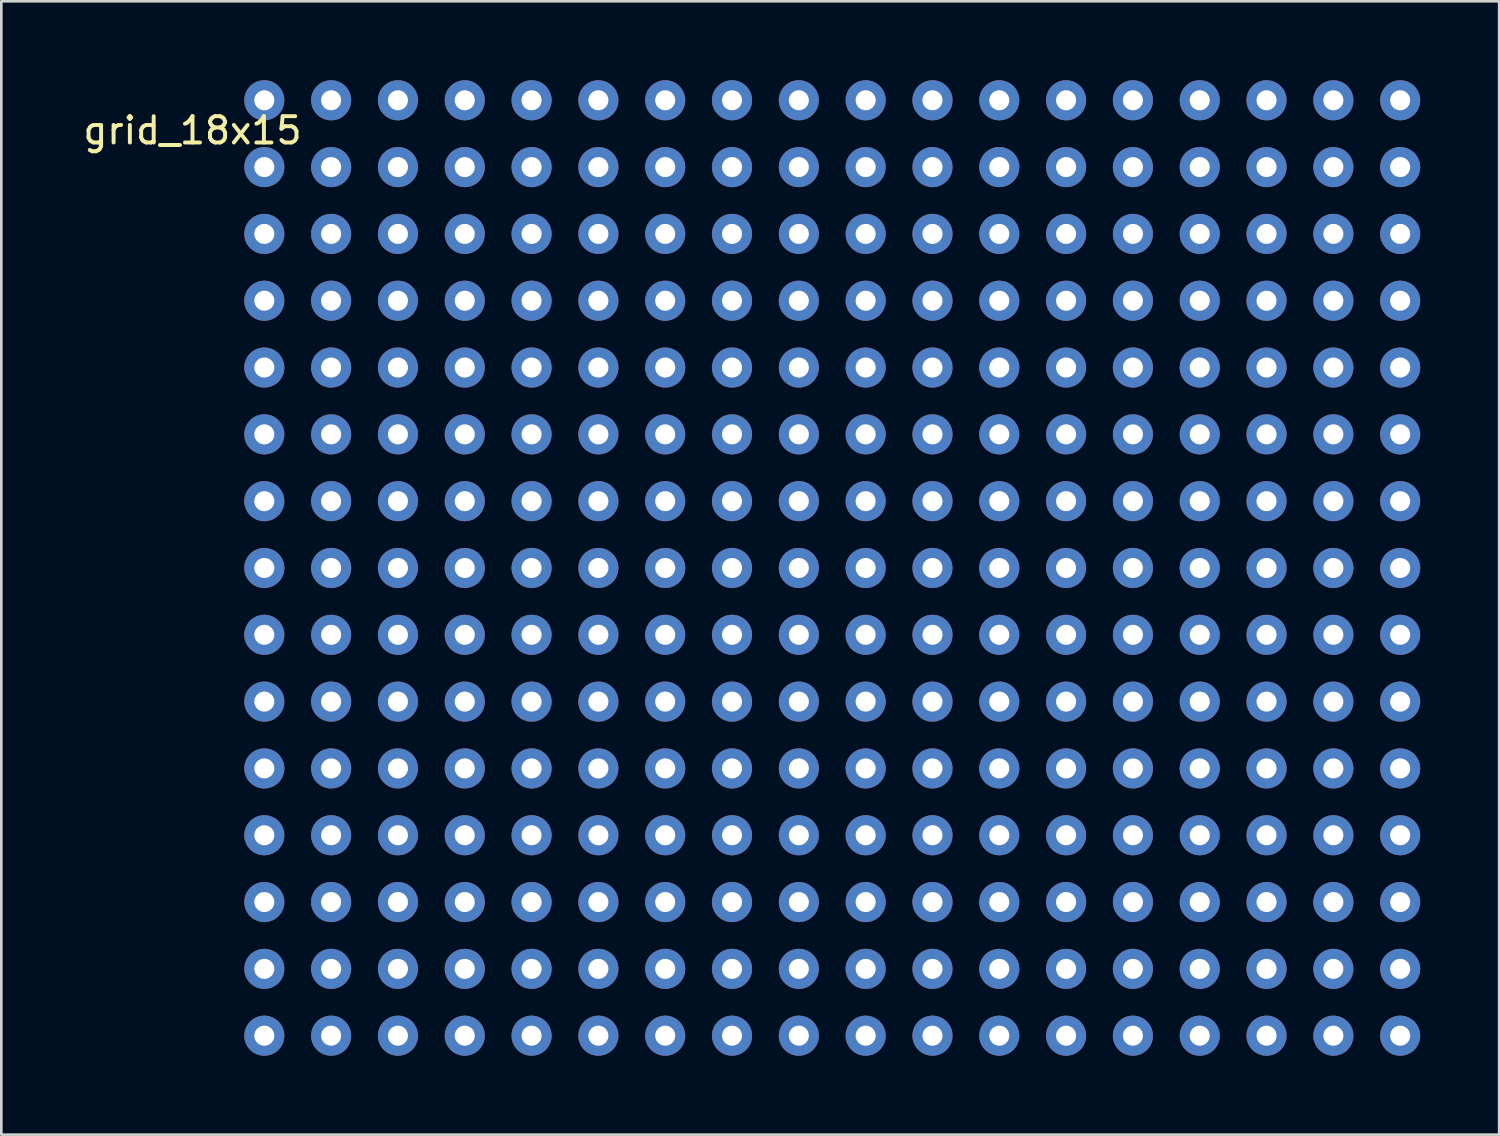
<source format=kicad_pcb>
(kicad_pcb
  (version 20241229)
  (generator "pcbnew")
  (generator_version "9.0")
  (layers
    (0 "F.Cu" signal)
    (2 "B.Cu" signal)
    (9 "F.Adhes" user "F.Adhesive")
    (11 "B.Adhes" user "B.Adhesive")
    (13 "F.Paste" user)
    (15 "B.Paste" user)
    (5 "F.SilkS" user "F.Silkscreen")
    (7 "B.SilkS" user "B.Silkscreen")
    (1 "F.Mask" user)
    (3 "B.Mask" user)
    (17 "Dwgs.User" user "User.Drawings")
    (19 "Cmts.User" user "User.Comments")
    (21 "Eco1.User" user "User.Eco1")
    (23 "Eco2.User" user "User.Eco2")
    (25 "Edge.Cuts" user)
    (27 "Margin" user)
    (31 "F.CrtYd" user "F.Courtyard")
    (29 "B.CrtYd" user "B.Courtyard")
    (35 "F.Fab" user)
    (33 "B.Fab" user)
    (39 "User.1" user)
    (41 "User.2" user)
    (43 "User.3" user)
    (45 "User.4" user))
  (footprint "grid_18x15"
    (layer "F.Cu")
    (at 6.998 0.762)
    (property "Reference" "grid_18x15" (at -2.73 1.15 0) (layer "F.SilkS") (effects (font (size 1 1) (thickness 0.15))))
    (attr through_hole)
    (pad "1" thru_hole circle (at 0 0) (size 1.524 1.524) (drill 0.762) (layers "*.Cu" "*.Mask"))
    (pad "12" thru_hole circle (at 0 2.54) (size 1.524 1.524) (drill 0.762) (layers "*.Cu" "*.Mask"))
    (pad "13" thru_hole circle (at 0 5.08) (size 1.524 1.524) (drill 0.762) (layers "*.Cu" "*.Mask"))
    (pad "14" thru_hole circle (at 0 7.62) (size 1.524 1.524) (drill 0.762) (layers "*.Cu" "*.Mask"))
    (pad "15" thru_hole circle (at 0 10.16) (size 1.524 1.524) (drill 0.762) (layers "*.Cu" "*.Mask"))
    (pad "16" thru_hole circle (at 0 12.7) (size 1.524 1.524) (drill 0.762) (layers "*.Cu" "*.Mask"))
    (pad "17" thru_hole circle (at 0 15.24) (size 1.524 1.524) (drill 0.762) (layers "*.Cu" "*.Mask"))
    (pad "18" thru_hole circle (at 0 17.78) (size 1.524 1.524) (drill 0.762) (layers "*.Cu" "*.Mask"))
    (pad "19" thru_hole circle (at 0 20.32) (size 1.524 1.524) (drill 0.762) (layers "*.Cu" "*.Mask"))
    (pad "21" thru_hole circle (at 2.54 0) (size 1.524 1.524) (drill 0.762) (layers "*.Cu" "*.Mask"))
    (pad "22" thru_hole circle (at 2.54 2.54) (size 1.524 1.524) (drill 0.762) (layers "*.Cu" "*.Mask"))
    (pad "23" thru_hole circle (at 2.54 5.08) (size 1.524 1.524) (drill 0.762) (layers "*.Cu" "*.Mask"))
    (pad "24" thru_hole circle (at 2.54 7.62) (size 1.524 1.524) (drill 0.762) (layers "*.Cu" "*.Mask"))
    (pad "25" thru_hole circle (at 2.54 10.16) (size 1.524 1.524) (drill 0.762) (layers "*.Cu" "*.Mask"))
    (pad "26" thru_hole circle (at 2.54 12.7) (size 1.524 1.524) (drill 0.762) (layers "*.Cu" "*.Mask"))
    (pad "27" thru_hole circle (at 2.54 15.24) (size 1.524 1.524) (drill 0.762) (layers "*.Cu" "*.Mask"))
    (pad "28" thru_hole circle (at 2.54 17.78) (size 1.524 1.524) (drill 0.762) (layers "*.Cu" "*.Mask"))
    (pad "29" thru_hole circle (at 2.54 20.32) (size 1.524 1.524) (drill 0.762) (layers "*.Cu" "*.Mask"))
    (pad "31" thru_hole circle (at 5.08 0) (size 1.524 1.524) (drill 0.762) (layers "*.Cu" "*.Mask"))
    (pad "32" thru_hole circle (at 5.08 2.54) (size 1.524 1.524) (drill 0.762) (layers "*.Cu" "*.Mask"))
    (pad "33" thru_hole circle (at 5.08 5.08) (size 1.524 1.524) (drill 0.762) (layers "*.Cu" "*.Mask"))
    (pad "34" thru_hole circle (at 5.08 7.62) (size 1.524 1.524) (drill 0.762) (layers "*.Cu" "*.Mask"))
    (pad "35" thru_hole circle (at 5.08 10.16) (size 1.524 1.524) (drill 0.762) (layers "*.Cu" "*.Mask"))
    (pad "36" thru_hole circle (at 5.08 12.7) (size 1.524 1.524) (drill 0.762) (layers "*.Cu" "*.Mask"))
    (pad "37" thru_hole circle (at 5.08 15.24) (size 1.524 1.524) (drill 0.762) (layers "*.Cu" "*.Mask"))
    (pad "38" thru_hole circle (at 5.08 17.78) (size 1.524 1.524) (drill 0.762) (layers "*.Cu" "*.Mask"))
    (pad "39" thru_hole circle (at 5.08 20.32) (size 1.524 1.524) (drill 0.762) (layers "*.Cu" "*.Mask"))
    (pad "41" thru_hole circle (at 7.62 0) (size 1.524 1.524) (drill 0.762) (layers "*.Cu" "*.Mask"))
    (pad "42" thru_hole circle (at 7.62 2.54) (size 1.524 1.524) (drill 0.762) (layers "*.Cu" "*.Mask"))
    (pad "43" thru_hole circle (at 7.62 5.08) (size 1.524 1.524) (drill 0.762) (layers "*.Cu" "*.Mask"))
    (pad "44" thru_hole circle (at 7.62 7.62) (size 1.524 1.524) (drill 0.762) (layers "*.Cu" "*.Mask"))
    (pad "45" thru_hole circle (at 7.62 10.16) (size 1.524 1.524) (drill 0.762) (layers "*.Cu" "*.Mask"))
    (pad "46" thru_hole circle (at 7.62 12.7) (size 1.524 1.524) (drill 0.762) (layers "*.Cu" "*.Mask"))
    (pad "47" thru_hole circle (at 7.62 15.24) (size 1.524 1.524) (drill 0.762) (layers "*.Cu" "*.Mask"))
    (pad "48" thru_hole circle (at 7.62 17.78) (size 1.524 1.524) (drill 0.762) (layers "*.Cu" "*.Mask"))
    (pad "49" thru_hole circle (at 7.62 20.32) (size 1.524 1.524) (drill 0.762) (layers "*.Cu" "*.Mask"))
    (pad "51" thru_hole circle (at 10.16 0) (size 1.524 1.524) (drill 0.762) (layers "*.Cu" "*.Mask"))
    (pad "52" thru_hole circle (at 10.16 2.54) (size 1.524 1.524) (drill 0.762) (layers "*.Cu" "*.Mask"))
    (pad "53" thru_hole circle (at 10.16 5.08) (size 1.524 1.524) (drill 0.762) (layers "*.Cu" "*.Mask"))
    (pad "54" thru_hole circle (at 10.16 7.62) (size 1.524 1.524) (drill 0.762) (layers "*.Cu" "*.Mask"))
    (pad "55" thru_hole circle (at 10.16 10.16) (size 1.524 1.524) (drill 0.762) (layers "*.Cu" "*.Mask"))
    (pad "56" thru_hole circle (at 10.16 12.7) (size 1.524 1.524) (drill 0.762) (layers "*.Cu" "*.Mask"))
    (pad "57" thru_hole circle (at 10.16 15.24) (size 1.524 1.524) (drill 0.762) (layers "*.Cu" "*.Mask"))
    (pad "58" thru_hole circle (at 10.16 17.78) (size 1.524 1.524) (drill 0.762) (layers "*.Cu" "*.Mask"))
    (pad "59" thru_hole circle (at 10.16 20.32) (size 1.524 1.524) (drill 0.762) (layers "*.Cu" "*.Mask"))
    (pad "61" thru_hole circle (at 12.7 0) (size 1.524 1.524) (drill 0.762) (layers "*.Cu" "*.Mask"))
    (pad "62" thru_hole circle (at 12.7 2.54) (size 1.524 1.524) (drill 0.762) (layers "*.Cu" "*.Mask"))
    (pad "63" thru_hole circle (at 12.7 5.08) (size 1.524 1.524) (drill 0.762) (layers "*.Cu" "*.Mask"))
    (pad "64" thru_hole circle (at 12.7 7.62) (size 1.524 1.524) (drill 0.762) (layers "*.Cu" "*.Mask"))
    (pad "65" thru_hole circle (at 12.7 10.16) (size 1.524 1.524) (drill 0.762) (layers "*.Cu" "*.Mask"))
    (pad "66" thru_hole circle (at 12.7 12.7) (size 1.524 1.524) (drill 0.762) (layers "*.Cu" "*.Mask"))
    (pad "67" thru_hole circle (at 12.7 15.24) (size 1.524 1.524) (drill 0.762) (layers "*.Cu" "*.Mask"))
    (pad "68" thru_hole circle (at 12.7 17.78) (size 1.524 1.524) (drill 0.762) (layers "*.Cu" "*.Mask"))
    (pad "69" thru_hole circle (at 12.7 20.32) (size 1.524 1.524) (drill 0.762) (layers "*.Cu" "*.Mask"))
    (pad "71" thru_hole circle (at 15.24 0) (size 1.524 1.524) (drill 0.762) (layers "*.Cu" "*.Mask"))
    (pad "72" thru_hole circle (at 15.24 2.54) (size 1.524 1.524) (drill 0.762) (layers "*.Cu" "*.Mask"))
    (pad "73" thru_hole circle (at 15.24 5.08) (size 1.524 1.524) (drill 0.762) (layers "*.Cu" "*.Mask"))
    (pad "74" thru_hole circle (at 15.24 7.62) (size 1.524 1.524) (drill 0.762) (layers "*.Cu" "*.Mask"))
    (pad "75" thru_hole circle (at 15.24 10.16) (size 1.524 1.524) (drill 0.762) (layers "*.Cu" "*.Mask"))
    (pad "76" thru_hole circle (at 15.24 12.7) (size 1.524 1.524) (drill 0.762) (layers "*.Cu" "*.Mask"))
    (pad "77" thru_hole circle (at 15.24 15.24) (size 1.524 1.524) (drill 0.762) (layers "*.Cu" "*.Mask"))
    (pad "78" thru_hole circle (at 15.24 17.78) (size 1.524 1.524) (drill 0.762) (layers "*.Cu" "*.Mask"))
    (pad "79" thru_hole circle (at 15.24 20.32) (size 1.524 1.524) (drill 0.762) (layers "*.Cu" "*.Mask"))
    (pad "81" thru_hole circle (at 17.78 0) (size 1.524 1.524) (drill 0.762) (layers "*.Cu" "*.Mask"))
    (pad "82" thru_hole circle (at 17.78 2.54) (size 1.524 1.524) (drill 0.762) (layers "*.Cu" "*.Mask"))
    (pad "83" thru_hole circle (at 17.78 5.08) (size 1.524 1.524) (drill 0.762) (layers "*.Cu" "*.Mask"))
    (pad "84" thru_hole circle (at 17.78 7.62) (size 1.524 1.524) (drill 0.762) (layers "*.Cu" "*.Mask"))
    (pad "85" thru_hole circle (at 17.78 10.16) (size 1.524 1.524) (drill 0.762) (layers "*.Cu" "*.Mask"))
    (pad "86" thru_hole circle (at 17.78 12.7) (size 1.524 1.524) (drill 0.762) (layers "*.Cu" "*.Mask"))
    (pad "87" thru_hole circle (at 17.78 15.24) (size 1.524 1.524) (drill 0.762) (layers "*.Cu" "*.Mask"))
    (pad "88" thru_hole circle (at 17.78 17.78) (size 1.524 1.524) (drill 0.762) (layers "*.Cu" "*.Mask"))
    (pad "89" thru_hole circle (at 17.78 20.32) (size 1.524 1.524) (drill 0.762) (layers "*.Cu" "*.Mask"))
    (pad "91" thru_hole circle (at 20.32 0) (size 1.524 1.524) (drill 0.762) (layers "*.Cu" "*.Mask"))
    (pad "92" thru_hole circle (at 20.32 2.54) (size 1.524 1.524) (drill 0.762) (layers "*.Cu" "*.Mask"))
    (pad "93" thru_hole circle (at 20.32 5.08) (size 1.524 1.524) (drill 0.762) (layers "*.Cu" "*.Mask"))
    (pad "94" thru_hole circle (at 20.32 7.62) (size 1.524 1.524) (drill 0.762) (layers "*.Cu" "*.Mask"))
    (pad "95" thru_hole circle (at 20.32 10.16) (size 1.524 1.524) (drill 0.762) (layers "*.Cu" "*.Mask"))
    (pad "96" thru_hole circle (at 20.32 12.7) (size 1.524 1.524) (drill 0.762) (layers "*.Cu" "*.Mask"))
    (pad "97" thru_hole circle (at 20.32 15.24) (size 1.524 1.524) (drill 0.762) (layers "*.Cu" "*.Mask"))
    (pad "98" thru_hole circle (at 20.32 17.78) (size 1.524 1.524) (drill 0.762) (layers "*.Cu" "*.Mask"))
    (pad "99" thru_hole circle (at 20.32 20.32) (size 1.524 1.524) (drill 0.762) (layers "*.Cu" "*.Mask"))
    (pad "101" thru_hole circle (at 22.86 0) (size 1.524 1.524) (drill 0.762) (layers "*.Cu" "*.Mask"))
    (pad "102" thru_hole circle (at 22.86 2.54) (size 1.524 1.524) (drill 0.762) (layers "*.Cu" "*.Mask"))
    (pad "103" thru_hole circle (at 22.86 5.08) (size 1.524 1.524) (drill 0.762) (layers "*.Cu" "*.Mask"))
    (pad "104" thru_hole circle (at 22.86 7.62) (size 1.524 1.524) (drill 0.762) (layers "*.Cu" "*.Mask"))
    (pad "105" thru_hole circle (at 22.86 10.16) (size 1.524 1.524) (drill 0.762) (layers "*.Cu" "*.Mask"))
    (pad "106" thru_hole circle (at 22.86 12.7) (size 1.524 1.524) (drill 0.762) (layers "*.Cu" "*.Mask"))
    (pad "107" thru_hole circle (at 22.86 15.24) (size 1.524 1.524) (drill 0.762) (layers "*.Cu" "*.Mask"))
    (pad "108" thru_hole circle (at 22.86 17.78) (size 1.524 1.524) (drill 0.762) (layers "*.Cu" "*.Mask"))
    (pad "109" thru_hole circle (at 22.86 20.32) (size 1.524 1.524) (drill 0.762) (layers "*.Cu" "*.Mask"))
    (pad "110" thru_hole circle (at 0 22.86) (size 1.524 1.524) (drill 0.762) (layers "*.Cu" "*.Mask"))
    (pad "111" thru_hole circle (at 0 25.4) (size 1.524 1.524) (drill 0.762) (layers "*.Cu" "*.Mask"))
    (pad "111" thru_hole circle (at 25.4 0) (size 1.524 1.524) (drill 0.762) (layers "*.Cu" "*.Mask"))
    (pad "112" thru_hole circle (at 0 27.94) (size 1.524 1.524) (drill 0.762) (layers "*.Cu" "*.Mask"))
    (pad "112" thru_hole circle (at 25.4 2.54) (size 1.524 1.524) (drill 0.762) (layers "*.Cu" "*.Mask"))
    (pad "113" thru_hole circle (at 0 30.48) (size 1.524 1.524) (drill 0.762) (layers "*.Cu" "*.Mask"))
    (pad "113" thru_hole circle (at 25.4 5.08) (size 1.524 1.524) (drill 0.762) (layers "*.Cu" "*.Mask"))
    (pad "114" thru_hole circle (at 0 33.02) (size 1.524 1.524) (drill 0.762) (layers "*.Cu" "*.Mask"))
    (pad "114" thru_hole circle (at 25.4 7.62) (size 1.524 1.524) (drill 0.762) (layers "*.Cu" "*.Mask"))
    (pad "115" thru_hole circle (at 0 35.56) (size 1.524 1.524) (drill 0.762) (layers "*.Cu" "*.Mask"))
    (pad "115" thru_hole circle (at 25.4 10.16) (size 1.524 1.524) (drill 0.762) (layers "*.Cu" "*.Mask"))
    (pad "116" thru_hole circle (at 25.4 12.7) (size 1.524 1.524) (drill 0.762) (layers "*.Cu" "*.Mask"))
    (pad "117" thru_hole circle (at 25.4 15.24) (size 1.524 1.524) (drill 0.762) (layers "*.Cu" "*.Mask"))
    (pad "118" thru_hole circle (at 25.4 17.78) (size 1.524 1.524) (drill 0.762) (layers "*.Cu" "*.Mask"))
    (pad "119" thru_hole circle (at 25.4 20.32) (size 1.524 1.524) (drill 0.762) (layers "*.Cu" "*.Mask"))
    (pad "121" thru_hole circle (at 27.94 0) (size 1.524 1.524) (drill 0.762) (layers "*.Cu" "*.Mask"))
    (pad "122" thru_hole circle (at 27.94 2.54) (size 1.524 1.524) (drill 0.762) (layers "*.Cu" "*.Mask"))
    (pad "123" thru_hole circle (at 27.94 5.08) (size 1.524 1.524) (drill 0.762) (layers "*.Cu" "*.Mask"))
    (pad "124" thru_hole circle (at 27.94 7.62) (size 1.524 1.524) (drill 0.762) (layers "*.Cu" "*.Mask"))
    (pad "125" thru_hole circle (at 27.94 10.16) (size 1.524 1.524) (drill 0.762) (layers "*.Cu" "*.Mask"))
    (pad "126" thru_hole circle (at 27.94 12.7) (size 1.524 1.524) (drill 0.762) (layers "*.Cu" "*.Mask"))
    (pad "127" thru_hole circle (at 27.94 15.24) (size 1.524 1.524) (drill 0.762) (layers "*.Cu" "*.Mask"))
    (pad "128" thru_hole circle (at 27.94 17.78) (size 1.524 1.524) (drill 0.762) (layers "*.Cu" "*.Mask"))
    (pad "129" thru_hole circle (at 27.94 20.32) (size 1.524 1.524) (drill 0.762) (layers "*.Cu" "*.Mask"))
    (pad "131" thru_hole circle (at 30.48 0) (size 1.524 1.524) (drill 0.762) (layers "*.Cu" "*.Mask"))
    (pad "132" thru_hole circle (at 30.48 2.54) (size 1.524 1.524) (drill 0.762) (layers "*.Cu" "*.Mask"))
    (pad "133" thru_hole circle (at 30.48 5.08) (size 1.524 1.524) (drill 0.762) (layers "*.Cu" "*.Mask"))
    (pad "134" thru_hole circle (at 30.48 7.62) (size 1.524 1.524) (drill 0.762) (layers "*.Cu" "*.Mask"))
    (pad "135" thru_hole circle (at 30.48 10.16) (size 1.524 1.524) (drill 0.762) (layers "*.Cu" "*.Mask"))
    (pad "136" thru_hole circle (at 30.48 12.7) (size 1.524 1.524) (drill 0.762) (layers "*.Cu" "*.Mask"))
    (pad "137" thru_hole circle (at 30.48 15.24) (size 1.524 1.524) (drill 0.762) (layers "*.Cu" "*.Mask"))
    (pad "138" thru_hole circle (at 30.48 17.78) (size 1.524 1.524) (drill 0.762) (layers "*.Cu" "*.Mask"))
    (pad "139" thru_hole circle (at 30.48 20.32) (size 1.524 1.524) (drill 0.762) (layers "*.Cu" "*.Mask"))
    (pad "141" thru_hole circle (at 33.02 0) (size 1.524 1.524) (drill 0.762) (layers "*.Cu" "*.Mask"))
    (pad "142" thru_hole circle (at 33.02 2.54) (size 1.524 1.524) (drill 0.762) (layers "*.Cu" "*.Mask"))
    (pad "143" thru_hole circle (at 33.02 5.08) (size 1.524 1.524) (drill 0.762) (layers "*.Cu" "*.Mask"))
    (pad "144" thru_hole circle (at 33.02 7.62) (size 1.524 1.524) (drill 0.762) (layers "*.Cu" "*.Mask"))
    (pad "145" thru_hole circle (at 33.02 10.16) (size 1.524 1.524) (drill 0.762) (layers "*.Cu" "*.Mask"))
    (pad "146" thru_hole circle (at 33.02 12.7) (size 1.524 1.524) (drill 0.762) (layers "*.Cu" "*.Mask"))
    (pad "147" thru_hole circle (at 33.02 15.24) (size 1.524 1.524) (drill 0.762) (layers "*.Cu" "*.Mask"))
    (pad "148" thru_hole circle (at 33.02 17.78) (size 1.524 1.524) (drill 0.762) (layers "*.Cu" "*.Mask"))
    (pad "149" thru_hole circle (at 33.02 20.32) (size 1.524 1.524) (drill 0.762) (layers "*.Cu" "*.Mask"))
    (pad "151" thru_hole circle (at 35.56 0) (size 1.524 1.524) (drill 0.762) (layers "*.Cu" "*.Mask"))
    (pad "152" thru_hole circle (at 35.56 2.54) (size 1.524 1.524) (drill 0.762) (layers "*.Cu" "*.Mask"))
    (pad "153" thru_hole circle (at 35.56 5.08) (size 1.524 1.524) (drill 0.762) (layers "*.Cu" "*.Mask"))
    (pad "154" thru_hole circle (at 35.56 7.62) (size 1.524 1.524) (drill 0.762) (layers "*.Cu" "*.Mask"))
    (pad "155" thru_hole circle (at 35.56 10.16) (size 1.524 1.524) (drill 0.762) (layers "*.Cu" "*.Mask"))
    (pad "156" thru_hole circle (at 35.56 12.7) (size 1.524 1.524) (drill 0.762) (layers "*.Cu" "*.Mask"))
    (pad "157" thru_hole circle (at 35.56 15.24) (size 1.524 1.524) (drill 0.762) (layers "*.Cu" "*.Mask"))
    (pad "158" thru_hole circle (at 35.56 17.78) (size 1.524 1.524) (drill 0.762) (layers "*.Cu" "*.Mask"))
    (pad "159" thru_hole circle (at 35.56 20.32) (size 1.524 1.524) (drill 0.762) (layers "*.Cu" "*.Mask"))
    (pad "161" thru_hole circle (at 38.1 0) (size 1.524 1.524) (drill 0.762) (layers "*.Cu" "*.Mask"))
    (pad "162" thru_hole circle (at 38.1 2.54) (size 1.524 1.524) (drill 0.762) (layers "*.Cu" "*.Mask"))
    (pad "163" thru_hole circle (at 38.1 5.08) (size 1.524 1.524) (drill 0.762) (layers "*.Cu" "*.Mask"))
    (pad "164" thru_hole circle (at 38.1 7.62) (size 1.524 1.524) (drill 0.762) (layers "*.Cu" "*.Mask"))
    (pad "165" thru_hole circle (at 38.1 10.16) (size 1.524 1.524) (drill 0.762) (layers "*.Cu" "*.Mask"))
    (pad "166" thru_hole circle (at 38.1 12.7) (size 1.524 1.524) (drill 0.762) (layers "*.Cu" "*.Mask"))
    (pad "167" thru_hole circle (at 38.1 15.24) (size 1.524 1.524) (drill 0.762) (layers "*.Cu" "*.Mask"))
    (pad "168" thru_hole circle (at 38.1 17.78) (size 1.524 1.524) (drill 0.762) (layers "*.Cu" "*.Mask"))
    (pad "169" thru_hole circle (at 38.1 20.32) (size 1.524 1.524) (drill 0.762) (layers "*.Cu" "*.Mask"))
    (pad "171" thru_hole circle (at 40.64 0) (size 1.524 1.524) (drill 0.762) (layers "*.Cu" "*.Mask"))
    (pad "172" thru_hole circle (at 40.64 2.54) (size 1.524 1.524) (drill 0.762) (layers "*.Cu" "*.Mask"))
    (pad "173" thru_hole circle (at 40.64 5.08) (size 1.524 1.524) (drill 0.762) (layers "*.Cu" "*.Mask"))
    (pad "174" thru_hole circle (at 40.64 7.62) (size 1.524 1.524) (drill 0.762) (layers "*.Cu" "*.Mask"))
    (pad "175" thru_hole circle (at 40.64 10.16) (size 1.524 1.524) (drill 0.762) (layers "*.Cu" "*.Mask"))
    (pad "176" thru_hole circle (at 40.64 12.7) (size 1.524 1.524) (drill 0.762) (layers "*.Cu" "*.Mask"))
    (pad "177" thru_hole circle (at 40.64 15.24) (size 1.524 1.524) (drill 0.762) (layers "*.Cu" "*.Mask"))
    (pad "178" thru_hole circle (at 40.64 17.78) (size 1.524 1.524) (drill 0.762) (layers "*.Cu" "*.Mask"))
    (pad "179" thru_hole circle (at 40.64 20.32) (size 1.524 1.524) (drill 0.762) (layers "*.Cu" "*.Mask"))
    (pad "181" thru_hole circle (at 43.18 0) (size 1.524 1.524) (drill 0.762) (layers "*.Cu" "*.Mask"))
    (pad "182" thru_hole circle (at 43.18 2.54) (size 1.524 1.524) (drill 0.762) (layers "*.Cu" "*.Mask"))
    (pad "183" thru_hole circle (at 43.18 5.08) (size 1.524 1.524) (drill 0.762) (layers "*.Cu" "*.Mask"))
    (pad "184" thru_hole circle (at 43.18 7.62) (size 1.524 1.524) (drill 0.762) (layers "*.Cu" "*.Mask"))
    (pad "185" thru_hole circle (at 43.18 10.16) (size 1.524 1.524) (drill 0.762) (layers "*.Cu" "*.Mask"))
    (pad "186" thru_hole circle (at 43.18 12.7) (size 1.524 1.524) (drill 0.762) (layers "*.Cu" "*.Mask"))
    (pad "187" thru_hole circle (at 43.18 15.24) (size 1.524 1.524) (drill 0.762) (layers "*.Cu" "*.Mask"))
    (pad "188" thru_hole circle (at 43.18 17.78) (size 1.524 1.524) (drill 0.762) (layers "*.Cu" "*.Mask"))
    (pad "189" thru_hole circle (at 43.18 20.32) (size 1.524 1.524) (drill 0.762) (layers "*.Cu" "*.Mask"))
    (pad "210" thru_hole circle (at 2.54 22.86) (size 1.524 1.524) (drill 0.762) (layers "*.Cu" "*.Mask"))
    (pad "211" thru_hole circle (at 2.54 25.4) (size 1.524 1.524) (drill 0.762) (layers "*.Cu" "*.Mask"))
    (pad "212" thru_hole circle (at 2.54 27.94) (size 1.524 1.524) (drill 0.762) (layers "*.Cu" "*.Mask"))
    (pad "213" thru_hole circle (at 2.54 30.48) (size 1.524 1.524) (drill 0.762) (layers "*.Cu" "*.Mask"))
    (pad "214" thru_hole circle (at 2.54 33.02) (size 1.524 1.524) (drill 0.762) (layers "*.Cu" "*.Mask"))
    (pad "215" thru_hole circle (at 2.54 35.56) (size 1.524 1.524) (drill 0.762) (layers "*.Cu" "*.Mask"))
    (pad "310" thru_hole circle (at 5.08 22.86) (size 1.524 1.524) (drill 0.762) (layers "*.Cu" "*.Mask"))
    (pad "311" thru_hole circle (at 5.08 25.4) (size 1.524 1.524) (drill 0.762) (layers "*.Cu" "*.Mask"))
    (pad "312" thru_hole circle (at 5.08 27.94) (size 1.524 1.524) (drill 0.762) (layers "*.Cu" "*.Mask"))
    (pad "313" thru_hole circle (at 5.08 30.48) (size 1.524 1.524) (drill 0.762) (layers "*.Cu" "*.Mask"))
    (pad "314" thru_hole circle (at 5.08 33.02) (size 1.524 1.524) (drill 0.762) (layers "*.Cu" "*.Mask"))
    (pad "315" thru_hole circle (at 5.08 35.56) (size 1.524 1.524) (drill 0.762) (layers "*.Cu" "*.Mask"))
    (pad "410" thru_hole circle (at 7.62 22.86) (size 1.524 1.524) (drill 0.762) (layers "*.Cu" "*.Mask"))
    (pad "411" thru_hole circle (at 7.62 25.4) (size 1.524 1.524) (drill 0.762) (layers "*.Cu" "*.Mask"))
    (pad "412" thru_hole circle (at 7.62 27.94) (size 1.524 1.524) (drill 0.762) (layers "*.Cu" "*.Mask"))
    (pad "413" thru_hole circle (at 7.62 30.48) (size 1.524 1.524) (drill 0.762) (layers "*.Cu" "*.Mask"))
    (pad "414" thru_hole circle (at 7.62 33.02) (size 1.524 1.524) (drill 0.762) (layers "*.Cu" "*.Mask"))
    (pad "415" thru_hole circle (at 7.62 35.56) (size 1.524 1.524) (drill 0.762) (layers "*.Cu" "*.Mask"))
    (pad "510" thru_hole circle (at 10.16 22.86) (size 1.524 1.524) (drill 0.762) (layers "*.Cu" "*.Mask"))
    (pad "511" thru_hole circle (at 10.16 25.4) (size 1.524 1.524) (drill 0.762) (layers "*.Cu" "*.Mask"))
    (pad "512" thru_hole circle (at 10.16 27.94) (size 1.524 1.524) (drill 0.762) (layers "*.Cu" "*.Mask"))
    (pad "513" thru_hole circle (at 10.16 30.48) (size 1.524 1.524) (drill 0.762) (layers "*.Cu" "*.Mask"))
    (pad "514" thru_hole circle (at 10.16 33.02) (size 1.524 1.524) (drill 0.762) (layers "*.Cu" "*.Mask"))
    (pad "515" thru_hole circle (at 10.16 35.56) (size 1.524 1.524) (drill 0.762) (layers "*.Cu" "*.Mask"))
    (pad "610" thru_hole circle (at 12.7 22.86) (size 1.524 1.524) (drill 0.762) (layers "*.Cu" "*.Mask"))
    (pad "611" thru_hole circle (at 12.7 25.4) (size 1.524 1.524) (drill 0.762) (layers "*.Cu" "*.Mask"))
    (pad "612" thru_hole circle (at 12.7 27.94) (size 1.524 1.524) (drill 0.762) (layers "*.Cu" "*.Mask"))
    (pad "613" thru_hole circle (at 12.7 30.48) (size 1.524 1.524) (drill 0.762) (layers "*.Cu" "*.Mask"))
    (pad "614" thru_hole circle (at 12.7 33.02) (size 1.524 1.524) (drill 0.762) (layers "*.Cu" "*.Mask"))
    (pad "615" thru_hole circle (at 12.7 35.56) (size 1.524 1.524) (drill 0.762) (layers "*.Cu" "*.Mask"))
    (pad "710" thru_hole circle (at 15.24 22.86) (size 1.524 1.524) (drill 0.762) (layers "*.Cu" "*.Mask"))
    (pad "711" thru_hole circle (at 15.24 25.4) (size 1.524 1.524) (drill 0.762) (layers "*.Cu" "*.Mask"))
    (pad "712" thru_hole circle (at 15.24 27.94) (size 1.524 1.524) (drill 0.762) (layers "*.Cu" "*.Mask"))
    (pad "713" thru_hole circle (at 15.24 30.48) (size 1.524 1.524) (drill 0.762) (layers "*.Cu" "*.Mask"))
    (pad "714" thru_hole circle (at 15.24 33.02) (size 1.524 1.524) (drill 0.762) (layers "*.Cu" "*.Mask"))
    (pad "715" thru_hole circle (at 15.24 35.56) (size 1.524 1.524) (drill 0.762) (layers "*.Cu" "*.Mask"))
    (pad "810" thru_hole circle (at 17.78 22.86) (size 1.524 1.524) (drill 0.762) (layers "*.Cu" "*.Mask"))
    (pad "811" thru_hole circle (at 17.78 25.4) (size 1.524 1.524) (drill 0.762) (layers "*.Cu" "*.Mask"))
    (pad "812" thru_hole circle (at 17.78 27.94) (size 1.524 1.524) (drill 0.762) (layers "*.Cu" "*.Mask"))
    (pad "813" thru_hole circle (at 17.78 30.48) (size 1.524 1.524) (drill 0.762) (layers "*.Cu" "*.Mask"))
    (pad "814" thru_hole circle (at 17.78 33.02) (size 1.524 1.524) (drill 0.762) (layers "*.Cu" "*.Mask"))
    (pad "815" thru_hole circle (at 17.78 35.56) (size 1.524 1.524) (drill 0.762) (layers "*.Cu" "*.Mask"))
    (pad "910" thru_hole circle (at 20.32 22.86) (size 1.524 1.524) (drill 0.762) (layers "*.Cu" "*.Mask"))
    (pad "911" thru_hole circle (at 20.32 25.4) (size 1.524 1.524) (drill 0.762) (layers "*.Cu" "*.Mask"))
    (pad "912" thru_hole circle (at 20.32 27.94) (size 1.524 1.524) (drill 0.762) (layers "*.Cu" "*.Mask"))
    (pad "913" thru_hole circle (at 20.32 30.48) (size 1.524 1.524) (drill 0.762) (layers "*.Cu" "*.Mask"))
    (pad "914" thru_hole circle (at 20.32 33.02) (size 1.524 1.524) (drill 0.762) (layers "*.Cu" "*.Mask"))
    (pad "915" thru_hole circle (at 20.32 35.56) (size 1.524 1.524) (drill 0.762) (layers "*.Cu" "*.Mask"))
    (pad "1010" thru_hole circle (at 22.86 22.86) (size 1.524 1.524) (drill 0.762) (layers "*.Cu" "*.Mask"))
    (pad "1011" thru_hole circle (at 22.86 25.4) (size 1.524 1.524) (drill 0.762) (layers "*.Cu" "*.Mask"))
    (pad "1012" thru_hole circle (at 22.86 27.94) (size 1.524 1.524) (drill 0.762) (layers "*.Cu" "*.Mask"))
    (pad "1013" thru_hole circle (at 22.86 30.48) (size 1.524 1.524) (drill 0.762) (layers "*.Cu" "*.Mask"))
    (pad "1014" thru_hole circle (at 22.86 33.02) (size 1.524 1.524) (drill 0.762) (layers "*.Cu" "*.Mask"))
    (pad "1015" thru_hole circle (at 22.86 35.56) (size 1.524 1.524) (drill 0.762) (layers "*.Cu" "*.Mask"))
    (pad "1110" thru_hole circle (at 25.4 22.86) (size 1.524 1.524) (drill 0.762) (layers "*.Cu" "*.Mask"))
    (pad "1111" thru_hole circle (at 25.4 25.4) (size 1.524 1.524) (drill 0.762) (layers "*.Cu" "*.Mask"))
    (pad "1112" thru_hole circle (at 25.4 27.94) (size 1.524 1.524) (drill 0.762) (layers "*.Cu" "*.Mask"))
    (pad "1113" thru_hole circle (at 25.4 30.48) (size 1.524 1.524) (drill 0.762) (layers "*.Cu" "*.Mask"))
    (pad "1114" thru_hole circle (at 25.4 33.02) (size 1.524 1.524) (drill 0.762) (layers "*.Cu" "*.Mask"))
    (pad "1115" thru_hole circle (at 25.4 35.56) (size 1.524 1.524) (drill 0.762) (layers "*.Cu" "*.Mask"))
    (pad "1210" thru_hole circle (at 27.94 22.86) (size 1.524 1.524) (drill 0.762) (layers "*.Cu" "*.Mask"))
    (pad "1211" thru_hole circle (at 27.94 25.4) (size 1.524 1.524) (drill 0.762) (layers "*.Cu" "*.Mask"))
    (pad "1212" thru_hole circle (at 27.94 27.94) (size 1.524 1.524) (drill 0.762) (layers "*.Cu" "*.Mask"))
    (pad "1213" thru_hole circle (at 27.94 30.48) (size 1.524 1.524) (drill 0.762) (layers "*.Cu" "*.Mask"))
    (pad "1214" thru_hole circle (at 27.94 33.02) (size 1.524 1.524) (drill 0.762) (layers "*.Cu" "*.Mask"))
    (pad "1215" thru_hole circle (at 27.94 35.56) (size 1.524 1.524) (drill 0.762) (layers "*.Cu" "*.Mask"))
    (pad "1310" thru_hole circle (at 30.48 22.86) (size 1.524 1.524) (drill 0.762) (layers "*.Cu" "*.Mask"))
    (pad "1311" thru_hole circle (at 30.48 25.4) (size 1.524 1.524) (drill 0.762) (layers "*.Cu" "*.Mask"))
    (pad "1312" thru_hole circle (at 30.48 27.94) (size 1.524 1.524) (drill 0.762) (layers "*.Cu" "*.Mask"))
    (pad "1313" thru_hole circle (at 30.48 30.48) (size 1.524 1.524) (drill 0.762) (layers "*.Cu" "*.Mask"))
    (pad "1314" thru_hole circle (at 30.48 33.02) (size 1.524 1.524) (drill 0.762) (layers "*.Cu" "*.Mask"))
    (pad "1315" thru_hole circle (at 30.48 35.56) (size 1.524 1.524) (drill 0.762) (layers "*.Cu" "*.Mask"))
    (pad "1410" thru_hole circle (at 33.02 22.86) (size 1.524 1.524) (drill 0.762) (layers "*.Cu" "*.Mask"))
    (pad "1411" thru_hole circle (at 33.02 25.4) (size 1.524 1.524) (drill 0.762) (layers "*.Cu" "*.Mask"))
    (pad "1412" thru_hole circle (at 33.02 27.94) (size 1.524 1.524) (drill 0.762) (layers "*.Cu" "*.Mask"))
    (pad "1413" thru_hole circle (at 33.02 30.48) (size 1.524 1.524) (drill 0.762) (layers "*.Cu" "*.Mask"))
    (pad "1414" thru_hole circle (at 33.02 33.02) (size 1.524 1.524) (drill 0.762) (layers "*.Cu" "*.Mask"))
    (pad "1415" thru_hole circle (at 33.02 35.56) (size 1.524 1.524) (drill 0.762) (layers "*.Cu" "*.Mask"))
    (pad "1510" thru_hole circle (at 35.56 22.86) (size 1.524 1.524) (drill 0.762) (layers "*.Cu" "*.Mask"))
    (pad "1511" thru_hole circle (at 35.56 25.4) (size 1.524 1.524) (drill 0.762) (layers "*.Cu" "*.Mask"))
    (pad "1512" thru_hole circle (at 35.56 27.94) (size 1.524 1.524) (drill 0.762) (layers "*.Cu" "*.Mask"))
    (pad "1513" thru_hole circle (at 35.56 30.48) (size 1.524 1.524) (drill 0.762) (layers "*.Cu" "*.Mask"))
    (pad "1514" thru_hole circle (at 35.56 33.02) (size 1.524 1.524) (drill 0.762) (layers "*.Cu" "*.Mask"))
    (pad "1515" thru_hole circle (at 35.56 35.56) (size 1.524 1.524) (drill 0.762) (layers "*.Cu" "*.Mask"))
    (pad "1610" thru_hole circle (at 38.1 22.86) (size 1.524 1.524) (drill 0.762) (layers "*.Cu" "*.Mask"))
    (pad "1611" thru_hole circle (at 38.1 25.4) (size 1.524 1.524) (drill 0.762) (layers "*.Cu" "*.Mask"))
    (pad "1612" thru_hole circle (at 38.1 27.94) (size 1.524 1.524) (drill 0.762) (layers "*.Cu" "*.Mask"))
    (pad "1613" thru_hole circle (at 38.1 30.48) (size 1.524 1.524) (drill 0.762) (layers "*.Cu" "*.Mask"))
    (pad "1614" thru_hole circle (at 38.1 33.02) (size 1.524 1.524) (drill 0.762) (layers "*.Cu" "*.Mask"))
    (pad "1615" thru_hole circle (at 38.1 35.56) (size 1.524 1.524) (drill 0.762) (layers "*.Cu" "*.Mask"))
    (pad "1710" thru_hole circle (at 40.64 22.86) (size 1.524 1.524) (drill 0.762) (layers "*.Cu" "*.Mask"))
    (pad "1711" thru_hole circle (at 40.64 25.4) (size 1.524 1.524) (drill 0.762) (layers "*.Cu" "*.Mask"))
    (pad "1712" thru_hole circle (at 40.64 27.94) (size 1.524 1.524) (drill 0.762) (layers "*.Cu" "*.Mask"))
    (pad "1713" thru_hole circle (at 40.64 30.48) (size 1.524 1.524) (drill 0.762) (layers "*.Cu" "*.Mask"))
    (pad "1714" thru_hole circle (at 40.64 33.02) (size 1.524 1.524) (drill 0.762) (layers "*.Cu" "*.Mask"))
    (pad "1715" thru_hole circle (at 40.64 35.56) (size 1.524 1.524) (drill 0.762) (layers "*.Cu" "*.Mask"))
    (pad "1810" thru_hole circle (at 43.18 22.86) (size 1.524 1.524) (drill 0.762) (layers "*.Cu" "*.Mask"))
    (pad "1811" thru_hole circle (at 43.18 25.4) (size 1.524 1.524) (drill 0.762) (layers "*.Cu" "*.Mask"))
    (pad "1812" thru_hole circle (at 43.18 27.94) (size 1.524 1.524) (drill 0.762) (layers "*.Cu" "*.Mask"))
    (pad "1813" thru_hole circle (at 43.18 30.48) (size 1.524 1.524) (drill 0.762) (layers "*.Cu" "*.Mask"))
    (pad "1814" thru_hole circle (at 43.18 33.02) (size 1.524 1.524) (drill 0.762) (layers "*.Cu" "*.Mask"))
    (pad "1815" thru_hole circle (at 43.18 35.56) (size 1.524 1.524) (drill 0.762) (layers "*.Cu" "*.Mask")))
  (gr_rect
    (start -3 -3)
    (end 53.94 40.084)
    (stroke (width 0.1) (type default))
    (fill no)
    (layer "Edge.Cuts")))
</source>
